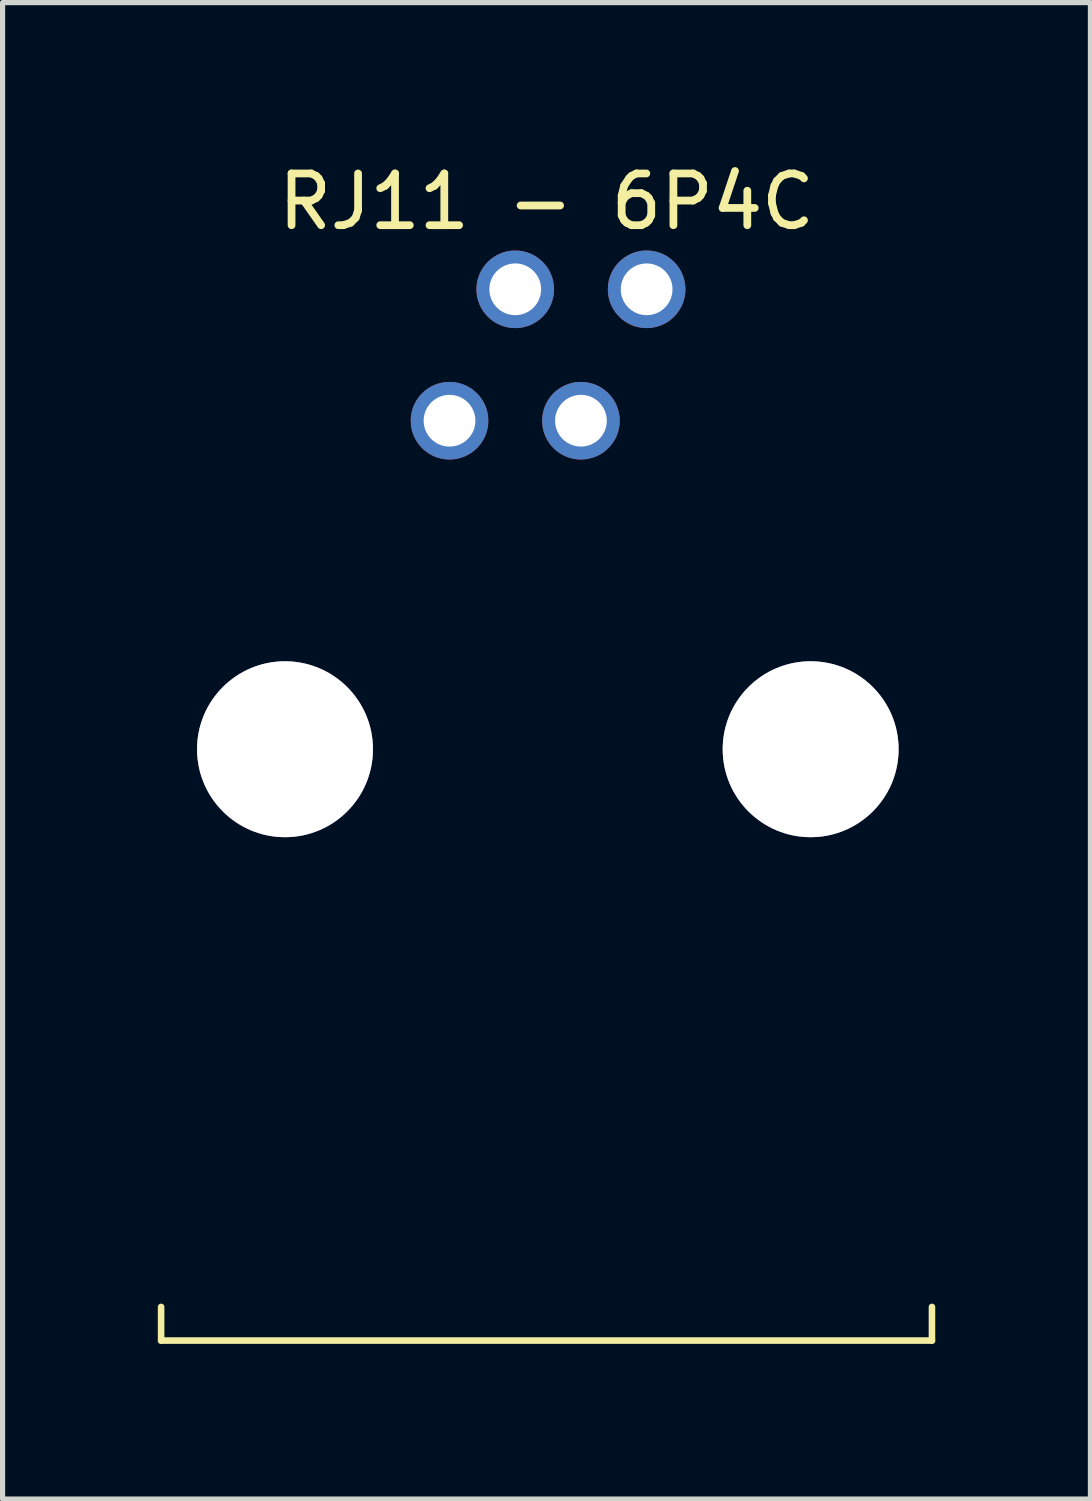
<source format=kicad_pcb>
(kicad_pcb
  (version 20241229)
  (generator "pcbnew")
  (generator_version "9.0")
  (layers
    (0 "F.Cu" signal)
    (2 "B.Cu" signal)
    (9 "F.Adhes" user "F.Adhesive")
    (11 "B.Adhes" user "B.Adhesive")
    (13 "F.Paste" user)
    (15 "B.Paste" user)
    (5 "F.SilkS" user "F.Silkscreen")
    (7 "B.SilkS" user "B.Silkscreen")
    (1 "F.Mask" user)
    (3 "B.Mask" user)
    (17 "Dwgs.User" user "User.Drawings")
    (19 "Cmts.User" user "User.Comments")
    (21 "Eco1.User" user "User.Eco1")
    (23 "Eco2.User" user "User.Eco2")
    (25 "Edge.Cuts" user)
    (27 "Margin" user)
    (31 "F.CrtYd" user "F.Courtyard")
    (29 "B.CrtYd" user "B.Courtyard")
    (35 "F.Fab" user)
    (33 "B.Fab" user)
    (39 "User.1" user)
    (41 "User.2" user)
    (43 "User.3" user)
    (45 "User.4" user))
  (footprint "RJ11 - 6P4C"
    (layer "F.Cu")
    (at 7.534 11.432)
    (property "Reference" "RJ11 - 6P4C" (at -0.02 -10.584 0) (layer "F.SilkS") (effects (font (size 1 1) (thickness 0.15))))
    (fp_line (start -7.47 11.43) (end -7.47 10.78) (stroke (width 0.127) (type solid)) (layer "F.SilkS"))
    (fp_line (start -7.47 11.43) (end 7.43 11.43) (stroke (width 0.127) (type solid)) (layer "F.SilkS"))
    (fp_line (start 7.43 11.43) (end 7.43 10.78) (stroke (width 0.127) (type solid)) (layer "F.SilkS"))
    (pad "" thru_hole circle (at -5.075 0) (size 3.4 3.4) (drill 3.4) (layers "*.Cu" "*.Mask"))
    (pad "" thru_hole circle (at 5.085 0) (size 3.4 3.4) (drill 3.4) (layers "*.Cu" "*.Mask"))
    (pad "A" thru_hole circle (at -0.625 -8.89 180) (size 1.5 1.5) (drill 1) (layers "*.Cu" "*.Mask"))
    (pad "B" thru_hole circle (at 0.645 -6.35 180) (size 1.5 1.5) (drill 1) (layers "*.Cu" "*.Mask"))
    (pad "GND" thru_hole circle (at -1.895 -6.35 180) (size 1.5 1.5) (drill 1) (layers "*.Cu" "*.Mask"))
    (pad "VCC" thru_hole circle (at 1.915 -8.89 180) (size 1.5 1.5) (drill 1) (layers "*.Cu" "*.Mask"))
    (zone (net_name "") (layer "F.SilkS") (hatch edge 0.5) (connect_pads) (min_thickness 0.25) (filled_areas_thickness no) (keepout (tracks not_allowed) (vias not_allowed) (pads not_allowed) (copperpour not_allowed) (footprints allowed)) (placement (enabled no)) (fill) (polygon (pts (xy 0.005 1.587) (xy 0.039 1.553) (xy 0.088 1.553) (xy 0.122 1.587) (xy 0.127 1.612) (xy 0.127 22.137) (xy 0.122 22.161) (xy 0.088 22.195) (xy 0.039 22.195) (xy 0.005 22.161) (xy 0 22.137) (xy 0 1.612))))
    (zone (net_name "") (layer "F.SilkS") (hatch edge 0.5) (connect_pads) (min_thickness 0.25) (filled_areas_thickness no) (keepout (tracks not_allowed) (vias not_allowed) (pads not_allowed) (copperpour not_allowed) (footprints allowed)) (placement (enabled no)) (fill) (polygon (pts (xy 14.905 1.587) (xy 14.939 1.553) (xy 14.988 1.553) (xy 15.022 1.587) (xy 15.027 1.612) (xy 15.027 22.137) (xy 15.022 22.161) (xy 14.988 22.195) (xy 14.939 22.195) (xy 14.905 22.161) (xy 14.9 22.137) (xy 14.9 1.612))))
    (zone (net_name "") (layer "F.SilkS") (hatch edge 0.5) (connect_pads) (min_thickness 0.25) (filled_areas_thickness no) (keepout (tracks not_allowed) (vias not_allowed) (pads not_allowed) (copperpour not_allowed) (footprints allowed)) (placement (enabled no)) (fill) (polygon (pts (xy 14.988 1.553) (xy 15.022 1.587) (xy 15.022 1.636) (xy 14.988 1.67) (xy 14.963 1.675) (xy 0.064 1.675) (xy 0.039 1.67) (xy 0.005 1.636) (xy 0.005 1.587) (xy 0.039 1.553) (xy 0.064 1.548) (xy 14.963 1.548))))
    (zone (net_name "") (layer "F.SilkS") (hatch edge 0.5) (connect_pads) (min_thickness 0.25) (filled_areas_thickness no) (keepout (tracks not_allowed) (vias not_allowed) (pads not_allowed) (copperpour not_allowed) (footprints allowed)) (placement (enabled no)) (fill) (polygon (pts (xy 14.988 22.078) (xy 15.022 22.112) (xy 15.022 22.161) (xy 14.988 22.195) (xy 14.963 22.2) (xy 0.064 22.2) (xy 0.039 22.195) (xy 0.005 22.161) (xy 0.005 22.112) (xy 0.039 22.078) (xy 0.064 22.073) (xy 14.963 22.073)))))
  (gr_rect
    (start -3 -3)
    (end 18.027 25.925)
    (stroke (width 0.1) (type default))
    (fill no)
    (layer "Edge.Cuts")))
</source>
